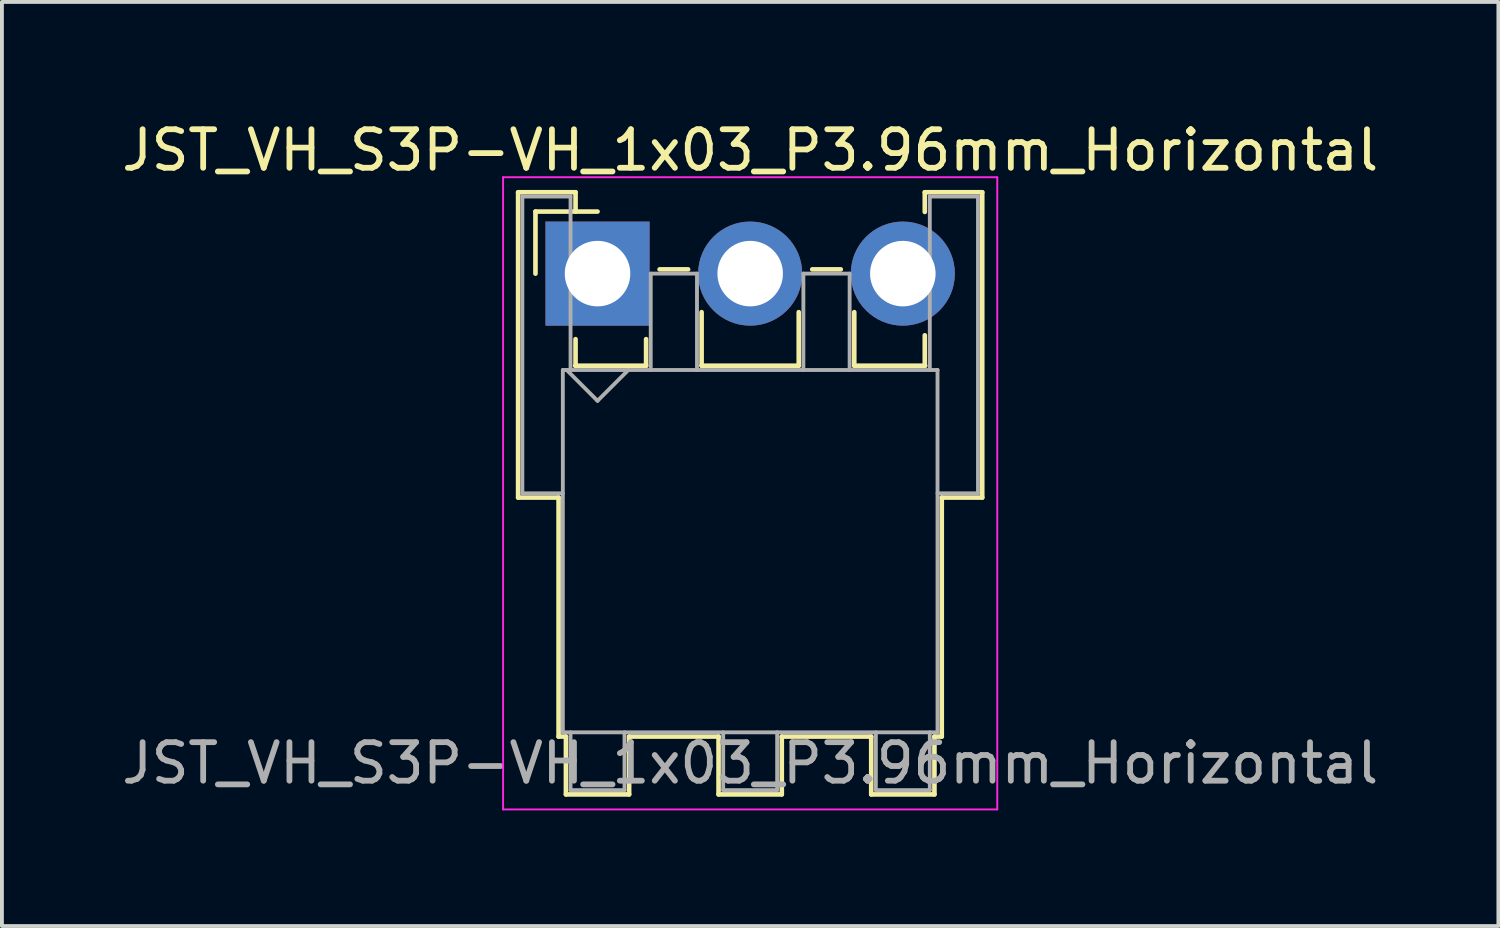
<source format=kicad_pcb>
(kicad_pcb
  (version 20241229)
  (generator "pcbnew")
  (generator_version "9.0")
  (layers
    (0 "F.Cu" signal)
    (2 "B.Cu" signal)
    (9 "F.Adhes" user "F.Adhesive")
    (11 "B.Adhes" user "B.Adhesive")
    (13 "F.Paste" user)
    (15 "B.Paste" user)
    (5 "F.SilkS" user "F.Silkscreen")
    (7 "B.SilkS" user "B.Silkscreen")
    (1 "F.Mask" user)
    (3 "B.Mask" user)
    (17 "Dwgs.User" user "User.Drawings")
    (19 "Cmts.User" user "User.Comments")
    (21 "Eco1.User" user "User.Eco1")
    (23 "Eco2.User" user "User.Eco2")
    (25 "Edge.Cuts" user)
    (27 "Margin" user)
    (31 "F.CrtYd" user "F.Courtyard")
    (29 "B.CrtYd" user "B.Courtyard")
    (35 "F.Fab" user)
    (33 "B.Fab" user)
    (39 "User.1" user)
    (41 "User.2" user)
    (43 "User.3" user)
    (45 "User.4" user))
  (footprint "JST_VH_S3P-VH_1x03_P3.96mm_Horizontal"
    (layer "F.Cu")
    (at 12.451 4.048)
    (property "Reference" "JST_VH_S3P-VH_1x03_P3.96mm_Horizontal" (at 3.96 -3.2 0) (layer "F.SilkS") (effects (font (size 1 1) (thickness 0.15))))
    (attr through_hole)
    (fp_line (start -2.06 -2.11) (end -0.57 -2.11) (stroke (width 0.12) (type solid)) (layer "F.SilkS"))
    (fp_line (start -2.06 5.81) (end -2.06 -2.11) (stroke (width 0.12) (type solid)) (layer "F.SilkS"))
    (fp_line (start -1.61 -1.61) (end -1.61 0) (stroke (width 0.12) (type solid)) (layer "F.SilkS"))
    (fp_line (start -1.01 5.81) (end -2.06 5.81) (stroke (width 0.12) (type solid)) (layer "F.SilkS"))
    (fp_line (start -1.01 5.81) (end -1.01 12.01) (stroke (width 0.12) (type solid)) (layer "F.SilkS"))
    (fp_line (start -1.01 12.01) (end -0.82 12.01) (stroke (width 0.12) (type solid)) (layer "F.SilkS"))
    (fp_line (start -0.82 12.01) (end -0.82 13.51) (stroke (width 0.12) (type solid)) (layer "F.SilkS"))
    (fp_line (start -0.82 13.51) (end 0.82 13.51) (stroke (width 0.12) (type solid)) (layer "F.SilkS"))
    (fp_line (start -0.58 2.39) (end 1.26 2.39) (stroke (width 0.12) (type solid)) (layer "F.SilkS"))
    (fp_line (start -0.57 -2.11) (end -0.57 -1.61) (stroke (width 0.12) (type solid)) (layer "F.SilkS"))
    (fp_line (start -0.57 1.7) (end -0.57 2.39) (stroke (width 0.12) (type solid)) (layer "F.SilkS"))
    (fp_line (start 0 -1.61) (end -1.61 -1.61) (stroke (width 0.12) (type solid)) (layer "F.SilkS"))
    (fp_line (start 0.82 12.01) (end 3.14 12.01) (stroke (width 0.12) (type solid)) (layer "F.SilkS"))
    (fp_line (start 0.82 13.51) (end 0.82 12.01) (stroke (width 0.12) (type solid)) (layer "F.SilkS"))
    (fp_line (start 1.26 2.39) (end 1.26 1.7) (stroke (width 0.12) (type solid)) (layer "F.SilkS"))
    (fp_line (start 1.61 -0.11) (end 2.35 -0.11) (stroke (width 0.12) (type solid)) (layer "F.SilkS"))
    (fp_line (start 2.7 1) (end 2.7 2.39) (stroke (width 0.12) (type solid)) (layer "F.SilkS"))
    (fp_line (start 2.7 2.39) (end 5.22 2.39) (stroke (width 0.12) (type solid)) (layer "F.SilkS"))
    (fp_line (start 3.14 12.01) (end 3.14 13.51) (stroke (width 0.12) (type solid)) (layer "F.SilkS"))
    (fp_line (start 3.14 13.51) (end 4.78 13.51) (stroke (width 0.12) (type solid)) (layer "F.SilkS"))
    (fp_line (start 4.78 12.01) (end 7.1 12.01) (stroke (width 0.12) (type solid)) (layer "F.SilkS"))
    (fp_line (start 4.78 13.51) (end 4.78 12.01) (stroke (width 0.12) (type solid)) (layer "F.SilkS"))
    (fp_line (start 5.22 2.39) (end 5.22 1) (stroke (width 0.12) (type solid)) (layer "F.SilkS"))
    (fp_line (start 5.57 -0.11) (end 6.31 -0.11) (stroke (width 0.12) (type solid)) (layer "F.SilkS"))
    (fp_line (start 6.66 1) (end 6.66 2.39) (stroke (width 0.12) (type solid)) (layer "F.SilkS"))
    (fp_line (start 6.66 2.39) (end 8.5 2.39) (stroke (width 0.12) (type solid)) (layer "F.SilkS"))
    (fp_line (start 7.1 12.01) (end 7.1 13.51) (stroke (width 0.12) (type solid)) (layer "F.SilkS"))
    (fp_line (start 7.1 13.51) (end 8.74 13.51) (stroke (width 0.12) (type solid)) (layer "F.SilkS"))
    (fp_line (start 8.49 -2.11) (end 9.98 -2.11) (stroke (width 0.12) (type solid)) (layer "F.SilkS"))
    (fp_line (start 8.49 -1.6) (end 8.49 -2.11) (stroke (width 0.12) (type solid)) (layer "F.SilkS"))
    (fp_line (start 8.49 2.39) (end 8.49 1.6) (stroke (width 0.12) (type solid)) (layer "F.SilkS"))
    (fp_line (start 8.74 12.01) (end 8.93 12.01) (stroke (width 0.12) (type solid)) (layer "F.SilkS"))
    (fp_line (start 8.74 13.51) (end 8.74 12.01) (stroke (width 0.12) (type solid)) (layer "F.SilkS"))
    (fp_line (start 8.93 12.01) (end 8.93 5.81) (stroke (width 0.12) (type solid)) (layer "F.SilkS"))
    (fp_line (start 9.98 -2.11) (end 9.98 5.81) (stroke (width 0.12) (type solid)) (layer "F.SilkS"))
    (fp_line (start 9.98 5.81) (end 8.93 5.81) (stroke (width 0.12) (type solid)) (layer "F.SilkS"))
    (fp_line (start -2.45 -2.5) (end -2.45 13.9) (stroke (width 0.05) (type solid)) (layer "F.CrtYd"))
    (fp_line (start -2.45 13.9) (end 10.37 13.9) (stroke (width 0.05) (type solid)) (layer "F.CrtYd"))
    (fp_line (start 10.37 -2.5) (end -2.45 -2.5) (stroke (width 0.05) (type solid)) (layer "F.CrtYd"))
    (fp_line (start 10.37 13.9) (end 10.37 -2.5) (stroke (width 0.05) (type solid)) (layer "F.CrtYd"))
    (fp_line (start -1.95 -2) (end -0.7 -2) (stroke (width 0.1) (type solid)) (layer "F.Fab"))
    (fp_line (start -1.95 5.7) (end -1.95 -2) (stroke (width 0.1) (type solid)) (layer "F.Fab"))
    (fp_line (start -0.9 2.5) (end -0.9 11.9) (stroke (width 0.1) (type solid)) (layer "F.Fab"))
    (fp_line (start -0.9 5.7) (end -1.95 5.7) (stroke (width 0.1) (type solid)) (layer "F.Fab"))
    (fp_line (start -0.9 11.9) (end 8.82 11.9) (stroke (width 0.1) (type solid)) (layer "F.Fab"))
    (fp_line (start -0.8 2.5) (end 0 3.3) (stroke (width 0.1) (type solid)) (layer "F.Fab"))
    (fp_line (start -0.7 -2) (end -0.7 2.5) (stroke (width 0.1) (type solid)) (layer "F.Fab"))
    (fp_line (start -0.7 11.9) (end -0.7 13.4) (stroke (width 0.1) (type solid)) (layer "F.Fab"))
    (fp_line (start -0.7 13.4) (end 0.7 13.4) (stroke (width 0.1) (type solid)) (layer "F.Fab"))
    (fp_line (start 0 3.3) (end 0.8 2.5) (stroke (width 0.1) (type solid)) (layer "F.Fab"))
    (fp_line (start 0.7 13.4) (end 0.7 11.9) (stroke (width 0.1) (type solid)) (layer "F.Fab"))
    (fp_line (start 1.38 0) (end 2.58 0) (stroke (width 0.1) (type solid)) (layer "F.Fab"))
    (fp_line (start 1.38 2.5) (end 1.38 0) (stroke (width 0.1) (type solid)) (layer "F.Fab"))
    (fp_line (start 2.58 0) (end 2.58 2.5) (stroke (width 0.1) (type solid)) (layer "F.Fab"))
    (fp_line (start 3.26 11.9) (end 3.26 13.4) (stroke (width 0.1) (type solid)) (layer "F.Fab"))
    (fp_line (start 3.26 13.4) (end 4.66 13.4) (stroke (width 0.1) (type solid)) (layer "F.Fab"))
    (fp_line (start 4.66 13.4) (end 4.66 11.9) (stroke (width 0.1) (type solid)) (layer "F.Fab"))
    (fp_line (start 5.34 0) (end 6.54 0) (stroke (width 0.1) (type solid)) (layer "F.Fab"))
    (fp_line (start 5.34 2.5) (end 5.34 0) (stroke (width 0.1) (type solid)) (layer "F.Fab"))
    (fp_line (start 6.54 0) (end 6.54 2.5) (stroke (width 0.1) (type solid)) (layer "F.Fab"))
    (fp_line (start 7.22 11.9) (end 7.22 13.4) (stroke (width 0.1) (type solid)) (layer "F.Fab"))
    (fp_line (start 7.22 13.4) (end 8.62 13.4) (stroke (width 0.1) (type solid)) (layer "F.Fab"))
    (fp_line (start 8.62 -2) (end 9.87 -2) (stroke (width 0.1) (type solid)) (layer "F.Fab"))
    (fp_line (start 8.62 2.5) (end 8.62 -2) (stroke (width 0.1) (type solid)) (layer "F.Fab"))
    (fp_line (start 8.62 13.4) (end 8.62 11.9) (stroke (width 0.1) (type solid)) (layer "F.Fab"))
    (fp_line (start 8.82 2.5) (end -0.9 2.5) (stroke (width 0.1) (type solid)) (layer "F.Fab"))
    (fp_line (start 8.82 11.9) (end 8.82 2.5) (stroke (width 0.1) (type solid)) (layer "F.Fab"))
    (fp_line (start 9.87 -2) (end 9.87 5.7) (stroke (width 0.1) (type solid)) (layer "F.Fab"))
    (fp_line (start 9.87 5.7) (end 8.82 5.7) (stroke (width 0.1) (type solid)) (layer "F.Fab"))
    (fp_text user "${REFERENCE}" (at 3.96 12.7 0) (layer "F.Fab") (effects (font (size 1 1) (thickness 0.15))))
    (pad "1" thru_hole rect (at 0 0) (size 2.7 2.7) (drill 1.7) (layers "*.Cu" "*.Mask"))
    (pad "2" thru_hole circle (at 3.96 0) (size 2.7 2.7) (drill 1.7) (layers "*.Cu" "*.Mask"))
    (pad "3" thru_hole circle (at 7.92 0) (size 2.7 2.7) (drill 1.7) (layers "*.Cu" "*.Mask")))
  (gr_rect
    (start -3 -3)
    (end 35.821 20.973)
    (stroke (width 0.1) (type default))
    (fill no)
    (layer "Edge.Cuts")))
</source>
